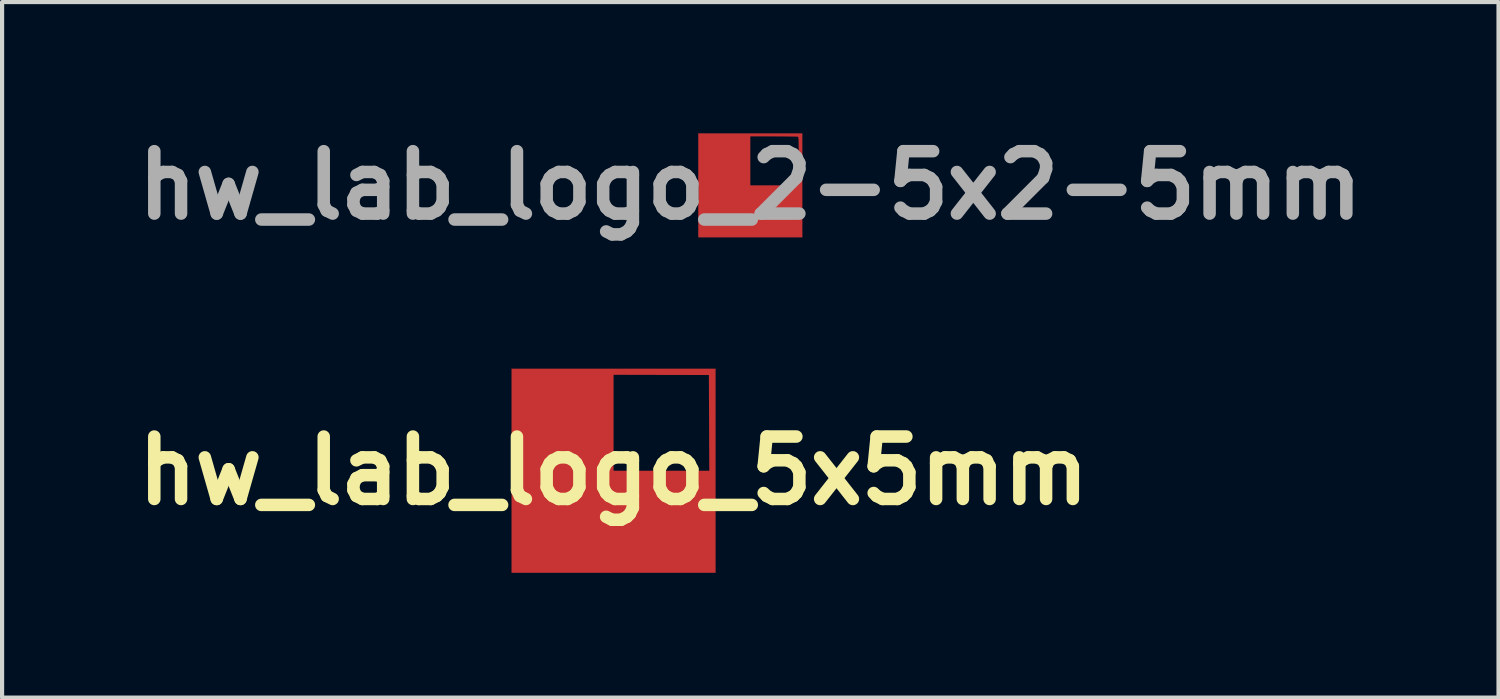
<source format=kicad_pcb>
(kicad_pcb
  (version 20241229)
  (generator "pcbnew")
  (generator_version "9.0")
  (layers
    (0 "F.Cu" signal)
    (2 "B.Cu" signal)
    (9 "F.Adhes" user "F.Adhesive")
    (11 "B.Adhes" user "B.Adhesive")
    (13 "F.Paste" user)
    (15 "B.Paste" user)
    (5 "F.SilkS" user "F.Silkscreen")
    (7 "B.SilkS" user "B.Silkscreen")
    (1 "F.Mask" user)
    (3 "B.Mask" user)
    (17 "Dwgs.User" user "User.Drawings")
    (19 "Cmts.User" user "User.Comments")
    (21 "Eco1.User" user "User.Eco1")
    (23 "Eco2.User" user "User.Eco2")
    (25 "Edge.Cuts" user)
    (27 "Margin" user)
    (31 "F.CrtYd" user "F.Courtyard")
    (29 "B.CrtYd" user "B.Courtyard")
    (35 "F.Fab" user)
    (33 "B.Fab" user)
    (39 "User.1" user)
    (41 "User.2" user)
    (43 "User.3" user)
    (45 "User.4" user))
  (footprint "hw_lab_logo_5x5mm"
    (layer "F.Cu")
    (at 11.693 8.261)
    (property "Reference" "hw_lab_logo_5x5mm" (at 0 0 0) (layer "F.SilkS") (effects (font (size 1.5 1.5) (thickness 0.3))))
    (attr board_only exclude_from_pos_files exclude_from_bom)
    (fp_poly (pts (xy 2.452 0) (xy 2.452 2.452) (xy 0 2.452) (xy -2.452 2.452) (xy -2.452 0) (xy -2.452 -1.152) (xy 0 -1.152) (xy 0 0) (xy 2.3 0) (xy 2.29 -2.3) (xy 0 -2.305) (xy 0 -1.152) (xy -2.452 -1.152) (xy -2.452 -2.452) (xy 0 -2.452) (xy 2.452 -2.452)) (stroke (width 0) (type solid)) (fill yes) (layer "F.Cu"))
    (fp_poly (pts (xy 2.443 -0.002) (xy 2.443 2.45) (xy -0.008 2.45) (xy -2.46 2.45) (xy -2.46 -0.002) (xy -2.46 -1.154) (xy -0.008 -1.154) (xy -0.008 -0.002) (xy 2.292 -0.002) (xy 2.282 -2.302) (xy -0.008 -2.306) (xy -0.008 -1.154) (xy -2.46 -1.154) (xy -2.46 -2.453) (xy -0.008 -2.453) (xy 2.443 -2.453)) (stroke (width 0) (type solid)) (fill yes) (layer "F.Mask")))
  (footprint "hw_lab_logo_2-5x2-5mm"
    (layer "F.Cu")
    (at 14.979 1.404)
    (property "Reference" "hw_lab_logo_2-5x2-5mm" (at 0 0 0) (layer "F.Fab") (effects (font (size 1.5 1.5) (thickness 0.3))))
    (attr board_only exclude_from_pos_files exclude_from_bom)
    (fp_poly (pts (xy 1.251 0) (xy 1.251 1.251) (xy 0 1.251) (xy -1.251 1.251) (xy -1.251 0) (xy -1.251 -0.588) (xy 0 -0.588) (xy 0 0) (xy 0.563 0) (xy 0.697 -0.000082) (xy 0.809 -0.000373) (xy 0.9 -0.001) (xy 0.972 -0.002) (xy 1.027 -0.003) (xy 1.068 -0.005) (xy 1.096 -0.007) (xy 1.114 -0.01) (xy 1.123 -0.014) (xy 1.126 -0.019) (xy 1.126 -0.019) (xy 1.136 -0.035) (xy 1.144 -0.038) (xy 1.149 -0.04) (xy 1.153 -0.049) (xy 1.156 -0.066) (xy 1.158 -0.093) (xy 1.16 -0.133) (xy 1.161 -0.188) (xy 1.162 -0.259) (xy 1.163 -0.349) (xy 1.163 -0.46) (xy 1.163 -0.593) (xy 1.163 -0.599) (xy 1.163 -0.733) (xy 1.163 -0.845) (xy 1.162 -0.935) (xy 1.161 -1.007) (xy 1.16 -1.063) (xy 1.158 -1.104) (xy 1.156 -1.133) (xy 1.153 -1.151) (xy 1.149 -1.162) (xy 1.145 -1.167) (xy 1.143 -1.168) (xy 1.127 -1.17) (xy 1.088 -1.171) (xy 1.03 -1.172) (xy 0.954 -1.173) (xy 0.864 -1.174) (xy 0.762 -1.175) (xy 0.651 -1.175) (xy 0.562 -1.176) (xy 0 -1.176) (xy 0 -0.588) (xy -1.251 -0.588) (xy -1.251 -1.251) (xy 0 -1.251) (xy 1.251 -1.251)) (stroke (width 0) (type solid)) (fill yes) (layer "F.Cu"))
    (fp_poly (pts (xy 1.251 0) (xy 1.251 1.251) (xy 0 1.251) (xy -1.251 1.251) (xy -1.251 0) (xy -1.251 -0.588) (xy 0 -0.588) (xy 0 0) (xy 0.563 0) (xy 0.697 -0.000082) (xy 0.809 -0.000373) (xy 0.9 -0.001) (xy 0.972 -0.002) (xy 1.027 -0.003) (xy 1.068 -0.005) (xy 1.096 -0.007) (xy 1.114 -0.01) (xy 1.123 -0.014) (xy 1.126 -0.019) (xy 1.126 -0.019) (xy 1.136 -0.035) (xy 1.144 -0.038) (xy 1.149 -0.04) (xy 1.153 -0.049) (xy 1.156 -0.066) (xy 1.158 -0.093) (xy 1.16 -0.133) (xy 1.161 -0.188) (xy 1.162 -0.259) (xy 1.163 -0.349) (xy 1.163 -0.46) (xy 1.163 -0.593) (xy 1.163 -0.599) (xy 1.163 -0.733) (xy 1.163 -0.845) (xy 1.162 -0.935) (xy 1.161 -1.007) (xy 1.16 -1.063) (xy 1.158 -1.104) (xy 1.156 -1.133) (xy 1.153 -1.151) (xy 1.149 -1.162) (xy 1.145 -1.167) (xy 1.143 -1.168) (xy 1.127 -1.17) (xy 1.088 -1.171) (xy 1.03 -1.172) (xy 0.954 -1.173) (xy 0.864 -1.174) (xy 0.762 -1.175) (xy 0.651 -1.175) (xy 0.562 -1.176) (xy 0 -1.176) (xy 0 -0.588) (xy -1.251 -0.588) (xy -1.251 -1.251) (xy 0 -1.251) (xy 1.251 -1.251)) (stroke (width 0) (type solid)) (fill yes) (layer "F.Mask")))
  (gr_rect
    (start -3 -3)
    (end 32.957 13.713)
    (stroke (width 0.1) (type default))
    (fill no)
    (layer "Edge.Cuts")))
</source>
